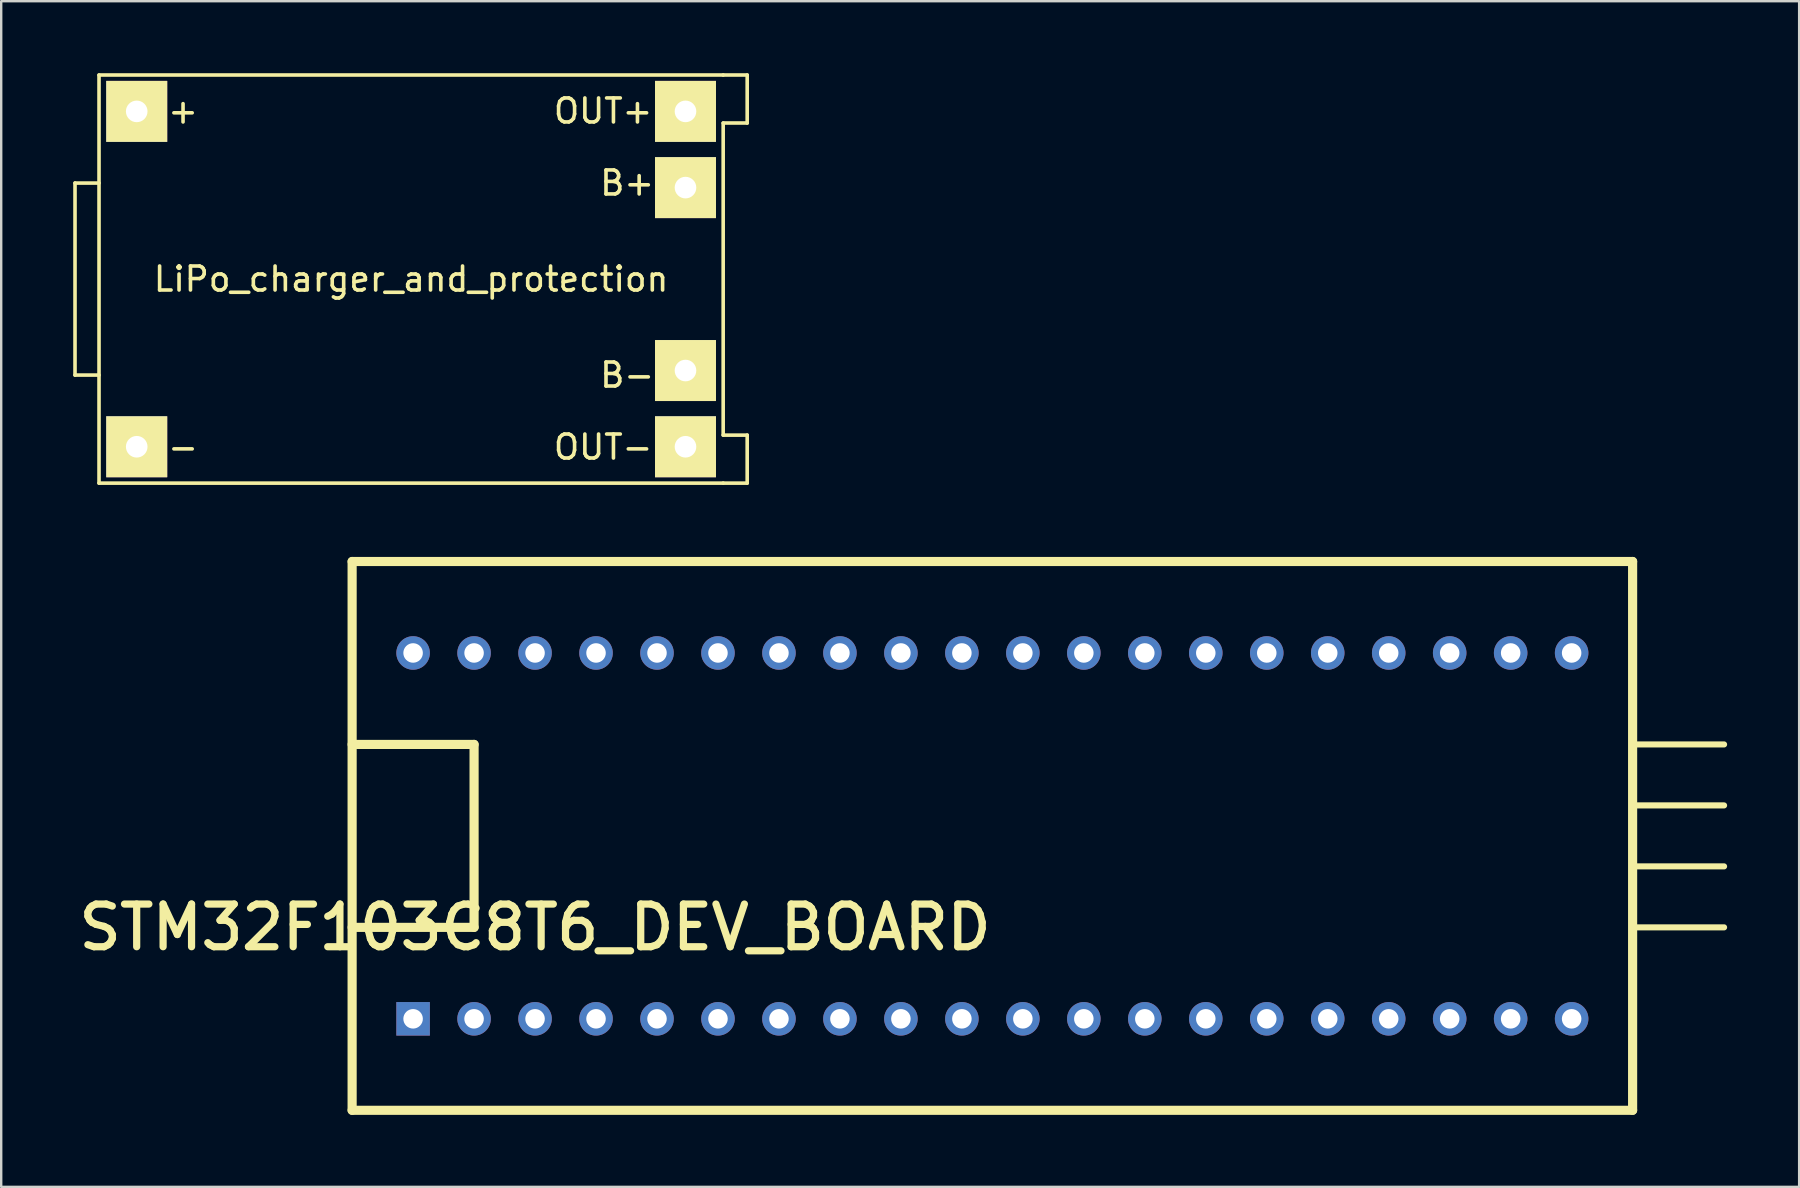
<source format=kicad_pcb>
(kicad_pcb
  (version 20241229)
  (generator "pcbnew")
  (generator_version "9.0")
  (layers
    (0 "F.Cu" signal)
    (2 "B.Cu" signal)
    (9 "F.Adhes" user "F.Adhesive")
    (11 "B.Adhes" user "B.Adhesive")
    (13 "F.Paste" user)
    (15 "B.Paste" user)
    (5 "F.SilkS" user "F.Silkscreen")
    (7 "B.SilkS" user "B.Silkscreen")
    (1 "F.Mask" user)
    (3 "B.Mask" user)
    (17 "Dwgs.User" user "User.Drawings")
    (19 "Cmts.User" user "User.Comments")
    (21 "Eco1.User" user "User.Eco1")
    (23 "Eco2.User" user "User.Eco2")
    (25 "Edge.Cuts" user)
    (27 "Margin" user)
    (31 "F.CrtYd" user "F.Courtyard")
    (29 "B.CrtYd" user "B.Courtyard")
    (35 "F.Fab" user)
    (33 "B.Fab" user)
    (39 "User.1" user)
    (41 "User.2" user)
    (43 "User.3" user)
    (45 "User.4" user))
  (footprint "LiPo_charger_and_protection"
    (layer "F.Cu")
    (at 14.075 8.575)
    (property "Reference" "LiPo_charger_and_protection" (at 0 0 0) (layer "F.SilkS") (effects (font (size 1 1) (thickness 0.15))))
    (attr through_hole)
    (fp_line (start -14 -4) (end -14 4) (stroke (width 0.15) (type solid)) (layer "F.SilkS"))
    (fp_line (start -14 4) (end -13 4) (stroke (width 0.15) (type solid)) (layer "F.SilkS"))
    (fp_line (start -13 -8.5) (end -13 8.5) (stroke (width 0.15) (type solid)) (layer "F.SilkS"))
    (fp_line (start -13 -4) (end -14 -4) (stroke (width 0.15) (type solid)) (layer "F.SilkS"))
    (fp_line (start -13 8.5) (end 13 8.5) (stroke (width 0.15) (type solid)) (layer "F.SilkS"))
    (fp_line (start 13 -8.5) (end -13 -8.5) (stroke (width 0.15) (type solid)) (layer "F.SilkS"))
    (fp_line (start 13 -8.5) (end 14 -8.5) (stroke (width 0.15) (type solid)) (layer "F.SilkS"))
    (fp_line (start 13 -6.5) (end 13 6.5) (stroke (width 0.15) (type solid)) (layer "F.SilkS"))
    (fp_line (start 13 8.5) (end 14 8.5) (stroke (width 0.15) (type solid)) (layer "F.SilkS"))
    (fp_line (start 14 -8.5) (end 14 -6.5) (stroke (width 0.15) (type solid)) (layer "F.SilkS"))
    (fp_line (start 14 -6.5) (end 13 -6.5) (stroke (width 0.15) (type solid)) (layer "F.SilkS"))
    (fp_line (start 14 6.5) (end 13 6.5) (stroke (width 0.15) (type solid)) (layer "F.SilkS"))
    (fp_line (start 14 8.5) (end 14 6.5) (stroke (width 0.15) (type solid)) (layer "F.SilkS"))
    (fp_text user "B+" (at 9 -4 0) (layer "F.SilkS") (effects (font (size 1 1) (thickness 0.15))))
    (fp_text user "+" (at -9.5 -7 0) (layer "F.SilkS") (effects (font (size 1 1) (thickness 0.15))))
    (fp_text user "OUT-" (at 8 7 0) (layer "F.SilkS") (effects (font (size 1 1) (thickness 0.15))))
    (fp_text user "-" (at -9.5 7 0) (layer "F.SilkS") (effects (font (size 1 1) (thickness 0.15))))
    (fp_text user "OUT+" (at 8 -7 0) (layer "F.SilkS") (effects (font (size 1 1) (thickness 0.15))))
    (fp_text user "B-" (at 9 4 0) (layer "F.SilkS") (effects (font (size 1 1) (thickness 0.15))))
    (pad "1" thru_hole rect (at 11.43 -3.81) (size 2.54 2.54) (drill 0.9) (layers "*.Cu" "*.Mask" "F.SilkS"))
    (pad "2" thru_hole rect (at 11.43 3.81) (size 2.54 2.54) (drill 0.9) (layers "*.Cu" "*.Mask" "F.SilkS"))
    (pad "3" thru_hole rect (at 11.43 -6.985) (size 2.54 2.54) (drill 0.9) (layers "*.Cu" "*.Mask" "F.SilkS"))
    (pad "4" thru_hole rect (at 11.43 6.985) (size 2.54 2.54) (drill 0.9) (layers "*.Cu" "*.Mask" "F.SilkS"))
    (pad "5" thru_hole rect (at -11.43 -6.985) (size 2.54 2.54) (drill 0.9) (layers "*.Cu" "*.Mask" "F.SilkS"))
    (pad "6" thru_hole rect (at -11.43 6.985) (size 2.54 2.54) (drill 0.9) (layers "*.Cu" "*.Mask" "F.SilkS")))
  (footprint "STM32F103C8T6_DEV_BOARD"
    (layer "F.Cu")
    (at 38.288 31.77)
    (property "Reference" "STM32F103C8T6_DEV_BOARD" (at -19.05 3.81 0) (layer "F.SilkS") (effects (font (size 1.778 1.778) (thickness 0.3))))
    (attr through_hole)
    (fp_line (start -26.67 -11.43) (end 26.67 -11.43) (stroke (width 0.381) (type solid)) (layer "F.SilkS"))
    (fp_line (start -26.67 -3.81) (end -21.59 -3.81) (stroke (width 0.381) (type solid)) (layer "F.SilkS"))
    (fp_line (start -26.67 11.43) (end -26.67 -11.43) (stroke (width 0.381) (type solid)) (layer "F.SilkS"))
    (fp_line (start -21.59 -3.81) (end -21.59 3.81) (stroke (width 0.381) (type solid)) (layer "F.SilkS"))
    (fp_line (start -21.59 3.81) (end -26.67 3.81) (stroke (width 0.381) (type solid)) (layer "F.SilkS"))
    (fp_line (start 26.67 -11.43) (end 26.67 11.43) (stroke (width 0.381) (type solid)) (layer "F.SilkS"))
    (fp_line (start 26.67 -3.81) (end 30.48 -3.81) (stroke (width 0.254) (type solid)) (layer "F.SilkS"))
    (fp_line (start 26.67 -1.27) (end 30.48 -1.27) (stroke (width 0.254) (type solid)) (layer "F.SilkS"))
    (fp_line (start 26.67 1.27) (end 30.48 1.27) (stroke (width 0.254) (type solid)) (layer "F.SilkS"))
    (fp_line (start 26.67 3.81) (end 30.48 3.81) (stroke (width 0.254) (type solid)) (layer "F.SilkS"))
    (fp_line (start 26.67 11.43) (end -26.67 11.43) (stroke (width 0.381) (type solid)) (layer "F.SilkS"))
    (pad "1" thru_hole rect (at -24.13 7.62) (size 1.397 1.397) (drill 0.813) (layers "*.Cu" "*.Mask"))
    (pad "2" thru_hole circle (at -21.59 7.62) (size 1.397 1.397) (drill 0.813) (layers "*.Cu" "*.Mask"))
    (pad "3" thru_hole circle (at -19.05 7.62) (size 1.397 1.397) (drill 0.813) (layers "*.Cu" "*.Mask"))
    (pad "4" thru_hole circle (at -16.51 7.62) (size 1.397 1.397) (drill 0.813) (layers "*.Cu" "*.Mask"))
    (pad "5" thru_hole circle (at -13.97 7.62) (size 1.397 1.397) (drill 0.813) (layers "*.Cu" "*.Mask"))
    (pad "6" thru_hole circle (at -11.43 7.62) (size 1.397 1.397) (drill 0.813) (layers "*.Cu" "*.Mask"))
    (pad "7" thru_hole circle (at -8.89 7.62) (size 1.397 1.397) (drill 0.813) (layers "*.Cu" "*.Mask"))
    (pad "8" thru_hole circle (at -6.35 7.62) (size 1.397 1.397) (drill 0.813) (layers "*.Cu" "*.Mask"))
    (pad "9" thru_hole circle (at -3.81 7.62) (size 1.397 1.397) (drill 0.813) (layers "*.Cu" "*.Mask"))
    (pad "10" thru_hole circle (at -1.27 7.62) (size 1.397 1.397) (drill 0.813) (layers "*.Cu" "*.Mask"))
    (pad "11" thru_hole circle (at 1.27 7.62) (size 1.397 1.397) (drill 0.813) (layers "*.Cu" "*.Mask"))
    (pad "12" thru_hole circle (at 3.81 7.62) (size 1.397 1.397) (drill 0.813) (layers "*.Cu" "*.Mask"))
    (pad "13" thru_hole circle (at 6.35 7.62) (size 1.397 1.397) (drill 0.813) (layers "*.Cu" "*.Mask"))
    (pad "14" thru_hole circle (at 8.89 7.62) (size 1.397 1.397) (drill 0.813) (layers "*.Cu" "*.Mask"))
    (pad "15" thru_hole circle (at 11.43 7.62) (size 1.397 1.397) (drill 0.813) (layers "*.Cu" "*.Mask"))
    (pad "16" thru_hole circle (at 13.97 7.62) (size 1.397 1.397) (drill 0.813) (layers "*.Cu" "*.Mask"))
    (pad "17" thru_hole circle (at 16.51 7.62) (size 1.397 1.397) (drill 0.813) (layers "*.Cu" "*.Mask"))
    (pad "18" thru_hole circle (at 19.05 7.62) (size 1.397 1.397) (drill 0.813) (layers "*.Cu" "*.Mask"))
    (pad "19" thru_hole circle (at 21.59 7.62) (size 1.397 1.397) (drill 0.813) (layers "*.Cu" "*.Mask"))
    (pad "20" thru_hole circle (at 24.13 7.62) (size 1.397 1.397) (drill 0.813) (layers "*.Cu" "*.Mask"))
    (pad "21" thru_hole circle (at 24.13 -7.62) (size 1.397 1.397) (drill 0.813) (layers "*.Cu" "*.Mask"))
    (pad "22" thru_hole circle (at 21.59 -7.62) (size 1.397 1.397) (drill 0.813) (layers "*.Cu" "*.Mask"))
    (pad "23" thru_hole circle (at 19.05 -7.62) (size 1.397 1.397) (drill 0.813) (layers "*.Cu" "*.Mask"))
    (pad "24" thru_hole circle (at 16.51 -7.62) (size 1.397 1.397) (drill 0.813) (layers "*.Cu" "*.Mask"))
    (pad "25" thru_hole circle (at 13.97 -7.62) (size 1.397 1.397) (drill 0.813) (layers "*.Cu" "*.Mask"))
    (pad "26" thru_hole circle (at 11.43 -7.62) (size 1.397 1.397) (drill 0.813) (layers "*.Cu" "*.Mask"))
    (pad "27" thru_hole circle (at 8.89 -7.62) (size 1.397 1.397) (drill 0.813) (layers "*.Cu" "*.Mask"))
    (pad "28" thru_hole circle (at 6.35 -7.62) (size 1.397 1.397) (drill 0.813) (layers "*.Cu" "*.Mask"))
    (pad "29" thru_hole circle (at 3.81 -7.62) (size 1.397 1.397) (drill 0.813) (layers "*.Cu" "*.Mask"))
    (pad "30" thru_hole circle (at 1.27 -7.62) (size 1.397 1.397) (drill 0.813) (layers "*.Cu" "*.Mask"))
    (pad "31" thru_hole circle (at -1.27 -7.62) (size 1.397 1.397) (drill 0.813) (layers "*.Cu" "*.Mask"))
    (pad "32" thru_hole circle (at -3.81 -7.62) (size 1.397 1.397) (drill 0.813) (layers "*.Cu" "*.Mask"))
    (pad "33" thru_hole circle (at -6.35 -7.62) (size 1.397 1.397) (drill 0.813) (layers "*.Cu" "*.Mask"))
    (pad "34" thru_hole circle (at -8.89 -7.62) (size 1.397 1.397) (drill 0.813) (layers "*.Cu" "*.Mask"))
    (pad "35" thru_hole circle (at -11.43 -7.62) (size 1.397 1.397) (drill 0.813) (layers "*.Cu" "*.Mask"))
    (pad "36" thru_hole circle (at -13.97 -7.62) (size 1.397 1.397) (drill 0.813) (layers "*.Cu" "*.Mask"))
    (pad "37" thru_hole circle (at -16.51 -7.62) (size 1.397 1.397) (drill 0.813) (layers "*.Cu" "*.Mask"))
    (pad "38" thru_hole circle (at -19.05 -7.62) (size 1.397 1.397) (drill 0.813) (layers "*.Cu" "*.Mask"))
    (pad "39" thru_hole circle (at -21.59 -7.62) (size 1.397 1.397) (drill 0.813) (layers "*.Cu" "*.Mask"))
    (pad "40" thru_hole circle (at -24.13 -7.62) (size 1.397 1.397) (drill 0.813) (layers "*.Cu" "*.Mask")))
  (gr_rect
    (start -3 -3)
    (end 71.895 46.391)
    (stroke (width 0.1) (type default))
    (fill no)
    (layer "Edge.Cuts")))
</source>
